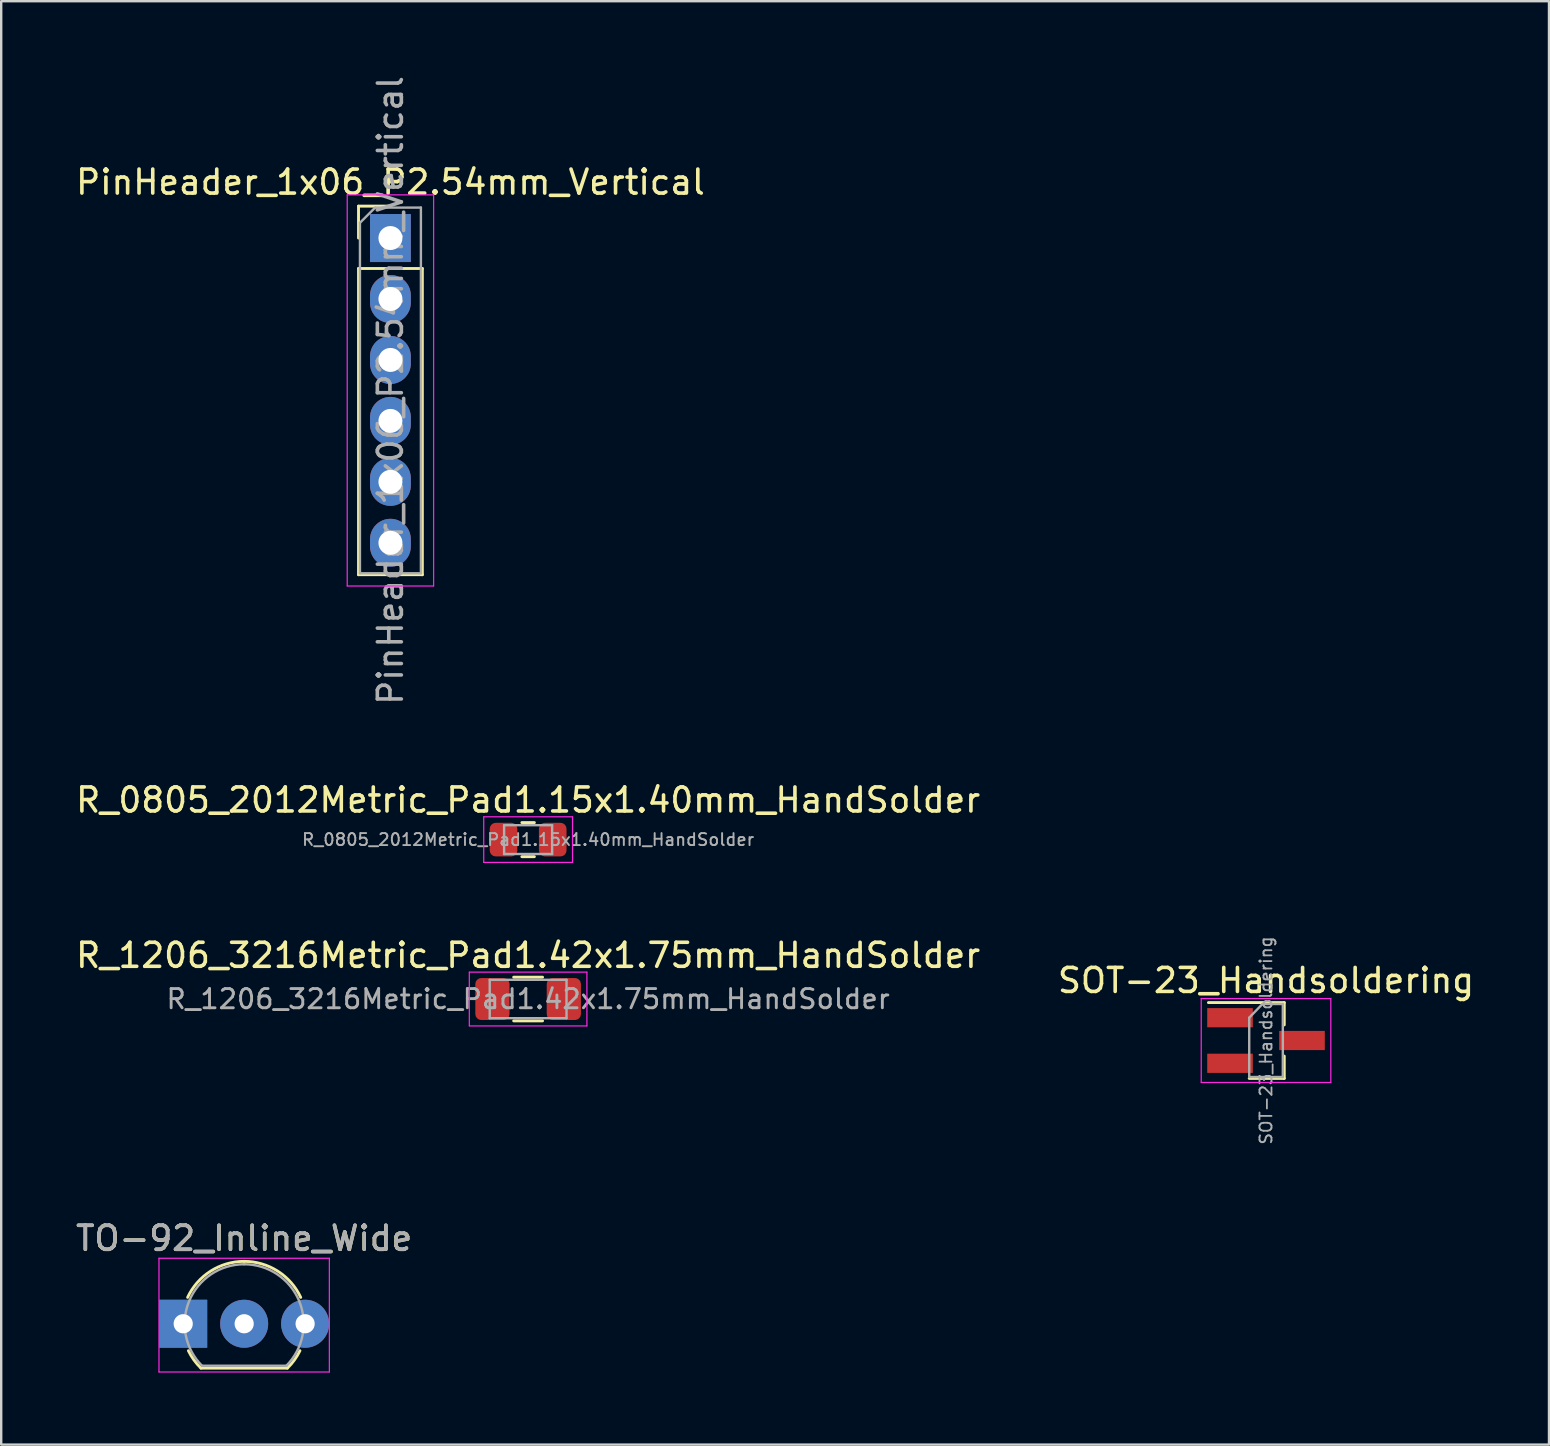
<source format=kicad_pcb>
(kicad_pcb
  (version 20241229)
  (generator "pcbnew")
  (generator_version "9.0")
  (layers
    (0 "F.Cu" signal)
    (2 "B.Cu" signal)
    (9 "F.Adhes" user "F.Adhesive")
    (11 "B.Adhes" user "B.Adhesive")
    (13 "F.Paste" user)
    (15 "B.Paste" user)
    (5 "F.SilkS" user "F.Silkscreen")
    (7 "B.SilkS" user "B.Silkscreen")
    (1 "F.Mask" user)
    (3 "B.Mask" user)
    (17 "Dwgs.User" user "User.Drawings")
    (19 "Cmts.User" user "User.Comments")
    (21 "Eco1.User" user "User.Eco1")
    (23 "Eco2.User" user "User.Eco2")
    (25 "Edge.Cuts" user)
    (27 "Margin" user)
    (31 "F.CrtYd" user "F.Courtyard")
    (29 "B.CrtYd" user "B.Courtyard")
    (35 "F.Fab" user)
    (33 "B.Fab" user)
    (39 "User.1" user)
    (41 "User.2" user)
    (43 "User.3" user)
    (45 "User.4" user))
  (footprint "TO-92_Inline_Wide"
    (layer "F.Cu")
    (at 4.585 52.114)
    (property "Reference" "TO-92_Inline_Wide" (at 2.54 -3.56 0) (layer "F.SilkS") (effects (font (size 1 1) (thickness 0.15))))
    (attr through_hole)
    (fp_line (start 0.74 1.85) (end 4.34 1.85) (stroke (width 0.12) (type solid)) (layer "F.SilkS"))
    (fp_arc (start 0.1836 -1.098807) (mid 1.143021 -2.192817) (end 2.54 -2.6) (stroke (width 0.12) (type solid)) (layer "F.SilkS"))
    (fp_arc (start 0.74 1.85) (mid 0.446097 1.509328) (end 0.215816 1.122795) (stroke (width 0.12) (type solid)) (layer "F.SilkS"))
    (fp_arc (start 2.54 -2.6) (mid 3.936979 -2.192818) (end 4.8964 -1.098807) (stroke (width 0.12) (type solid)) (layer "F.SilkS"))
    (fp_arc (start 4.864184 1.122795) (mid 4.633903 1.509328) (end 4.34 1.85) (stroke (width 0.12) (type solid)) (layer "F.SilkS"))
    (fp_line (start -1.01 -2.73) (end -1.01 2.01) (stroke (width 0.05) (type solid)) (layer "F.CrtYd"))
    (fp_line (start -1.01 -2.73) (end 6.09 -2.73) (stroke (width 0.05) (type solid)) (layer "F.CrtYd"))
    (fp_line (start 6.09 2.01) (end -1.01 2.01) (stroke (width 0.05) (type solid)) (layer "F.CrtYd"))
    (fp_line (start 6.09 2.01) (end 6.09 -2.73) (stroke (width 0.05) (type solid)) (layer "F.CrtYd"))
    (fp_line (start 0.8 1.75) (end 4.3 1.75) (stroke (width 0.1) (type solid)) (layer "F.Fab"))
    (fp_arc (start 0.786375 1.753625) (mid 0.248779 -0.949055) (end 2.54 -2.48) (stroke (width 0.1) (type solid)) (layer "F.Fab"))
    (fp_arc (start 2.54 -2.48) (mid 4.831221 -0.949055) (end 4.293625 1.753625) (stroke (width 0.1) (type solid)) (layer "F.Fab"))
    (fp_text user "${REFERENCE}" (at 2.54 -3.56 0) (layer "F.Fab") (effects (font (size 1 1) (thickness 0.15))))
    (pad "1" thru_hole rect (at 0 0 90) (size 2 2) (drill 0.8) (layers "*.Cu" "*.Mask"))
    (pad "2" thru_hole circle (at 2.54 0 90) (size 2 2) (drill 0.8) (layers "*.Cu" "*.Mask"))
    (pad "3" thru_hole circle (at 5.08 0 90) (size 2 2) (drill 0.8) (layers "*.Cu" "*.Mask")))
  (footprint "R_0805_2012Metric_Pad1.15x1.40mm_HandSolder"
    (layer "F.Cu")
    (at 18.958 31.939)
    (property "Reference" "R_0805_2012Metric_Pad1.15x1.40mm_HandSolder" (at 0 -1.65 0) (layer "F.SilkS") (effects (font (size 1 1) (thickness 0.15))))
    (attr smd)
    (fp_line (start -0.261 -0.71) (end 0.261 -0.71) (stroke (width 0.12) (type solid)) (layer "F.SilkS"))
    (fp_line (start -0.261 0.71) (end 0.261 0.71) (stroke (width 0.12) (type solid)) (layer "F.SilkS"))
    (fp_line (start -1.85 -0.95) (end 1.85 -0.95) (stroke (width 0.05) (type solid)) (layer "F.CrtYd"))
    (fp_line (start -1.85 0.95) (end -1.85 -0.95) (stroke (width 0.05) (type solid)) (layer "F.CrtYd"))
    (fp_line (start 1.85 -0.95) (end 1.85 0.95) (stroke (width 0.05) (type solid)) (layer "F.CrtYd"))
    (fp_line (start 1.85 0.95) (end -1.85 0.95) (stroke (width 0.05) (type solid)) (layer "F.CrtYd"))
    (fp_line (start -1 -0.6) (end 1 -0.6) (stroke (width 0.1) (type solid)) (layer "F.Fab"))
    (fp_line (start -1 0.6) (end -1 -0.6) (stroke (width 0.1) (type solid)) (layer "F.Fab"))
    (fp_line (start 1 -0.6) (end 1 0.6) (stroke (width 0.1) (type solid)) (layer "F.Fab"))
    (fp_line (start 1 0.6) (end -1 0.6) (stroke (width 0.1) (type solid)) (layer "F.Fab"))
    (fp_text user "${REFERENCE}" (at 0 0 0) (layer "F.Fab") (effects (font (size 0.5 0.5) (thickness 0.08))))
    (pad "1" smd roundrect (at -1.025 0) (size 1.15 1.4) (layers "F.Cu" "F.Mask" "F.Paste") (roundrect_rratio 0.217))
    (pad "2" smd roundrect (at 1.025 0) (size 1.15 1.4) (layers "F.Cu" "F.Mask" "F.Paste") (roundrect_rratio 0.217)))
  (footprint "PinHeader_1x06_P2.54mm_Vertical"
    (layer "F.Cu")
    (at 13.22 6.87)
    (property "Reference" "PinHeader_1x06_P2.54mm_Vertical" (at 0 -2.33 180) (layer "F.SilkS") (effects (font (size 1 1) (thickness 0.15))))
    (attr through_hole)
    (fp_line (start -1.33 -1.33) (end 0 -1.33) (stroke (width 0.12) (type solid)) (layer "F.SilkS"))
    (fp_line (start -1.33 0) (end -1.33 -1.33) (stroke (width 0.12) (type solid)) (layer "F.SilkS"))
    (fp_line (start -1.33 1.27) (end -1.33 14.03) (stroke (width 0.12) (type solid)) (layer "F.SilkS"))
    (fp_line (start -1.33 1.27) (end 1.33 1.27) (stroke (width 0.12) (type solid)) (layer "F.SilkS"))
    (fp_line (start -1.33 14.03) (end 1.33 14.03) (stroke (width 0.12) (type solid)) (layer "F.SilkS"))
    (fp_line (start 1.33 1.27) (end 1.33 14.03) (stroke (width 0.12) (type solid)) (layer "F.SilkS"))
    (fp_line (start -1.8 -1.8) (end -1.8 14.5) (stroke (width 0.05) (type solid)) (layer "F.CrtYd"))
    (fp_line (start -1.8 14.5) (end 1.8 14.5) (stroke (width 0.05) (type solid)) (layer "F.CrtYd"))
    (fp_line (start 1.8 -1.8) (end -1.8 -1.8) (stroke (width 0.05) (type solid)) (layer "F.CrtYd"))
    (fp_line (start 1.8 14.5) (end 1.8 -1.8) (stroke (width 0.05) (type solid)) (layer "F.CrtYd"))
    (fp_line (start -1.27 -0.635) (end -0.635 -1.27) (stroke (width 0.1) (type solid)) (layer "F.Fab"))
    (fp_line (start -1.27 13.97) (end -1.27 -0.635) (stroke (width 0.1) (type solid)) (layer "F.Fab"))
    (fp_line (start -0.635 -1.27) (end 1.27 -1.27) (stroke (width 0.1) (type solid)) (layer "F.Fab"))
    (fp_line (start 1.27 -1.27) (end 1.27 13.97) (stroke (width 0.1) (type solid)) (layer "F.Fab"))
    (fp_line (start 1.27 13.97) (end -1.27 13.97) (stroke (width 0.1) (type solid)) (layer "F.Fab"))
    (fp_text user "${REFERENCE}" (at 0 6.35 90) (layer "F.Fab") (effects (font (size 1 1) (thickness 0.15))))
    (pad "1" thru_hole rect (at 0 0) (size 1.7 2) (drill 1) (layers "*.Cu" "*.Mask"))
    (pad "2" thru_hole oval (at 0 2.54) (size 1.7 2) (drill 1) (layers "*.Cu" "*.Mask"))
    (pad "3" thru_hole oval (at 0 5.08) (size 1.7 2) (drill 1) (layers "*.Cu" "*.Mask"))
    (pad "4" thru_hole oval (at 0 7.62) (size 1.7 2) (drill 1) (layers "*.Cu" "*.Mask"))
    (pad "5" thru_hole oval (at 0 10.16) (size 1.7 2) (drill 1) (layers "*.Cu" "*.Mask"))
    (pad "6" thru_hole oval (at 0 12.7) (size 1.7 2) (drill 1) (layers "*.Cu" "*.Mask")))
  (footprint "SOT-23_Handsoldering"
    (layer "F.Cu")
    (at 49.708 40.31)
    (property "Reference" "SOT-23_Handsoldering" (at 0 -2.5 0) (layer "F.SilkS") (effects (font (size 1 1) (thickness 0.15))))
    (attr smd)
    (fp_line (start 0.76 -1.58) (end -2.4 -1.58) (stroke (width 0.12) (type solid)) (layer "F.SilkS"))
    (fp_line (start 0.76 -1.58) (end 0.76 -0.65) (stroke (width 0.12) (type solid)) (layer "F.SilkS"))
    (fp_line (start 0.76 1.58) (end -0.7 1.58) (stroke (width 0.12) (type solid)) (layer "F.SilkS"))
    (fp_line (start 0.76 1.58) (end 0.76 0.65) (stroke (width 0.12) (type solid)) (layer "F.SilkS"))
    (fp_line (start -2.7 -1.75) (end 2.7 -1.75) (stroke (width 0.05) (type solid)) (layer "F.CrtYd"))
    (fp_line (start -2.7 1.75) (end -2.7 -1.75) (stroke (width 0.05) (type solid)) (layer "F.CrtYd"))
    (fp_line (start 2.7 -1.75) (end 2.7 1.75) (stroke (width 0.05) (type solid)) (layer "F.CrtYd"))
    (fp_line (start 2.7 1.75) (end -2.7 1.75) (stroke (width 0.05) (type solid)) (layer "F.CrtYd"))
    (fp_line (start -0.7 -0.95) (end -0.7 1.5) (stroke (width 0.1) (type solid)) (layer "F.Fab"))
    (fp_line (start -0.7 -0.95) (end -0.15 -1.52) (stroke (width 0.1) (type solid)) (layer "F.Fab"))
    (fp_line (start -0.7 1.52) (end 0.7 1.52) (stroke (width 0.1) (type solid)) (layer "F.Fab"))
    (fp_line (start -0.15 -1.52) (end 0.7 -1.52) (stroke (width 0.1) (type solid)) (layer "F.Fab"))
    (fp_line (start 0.7 -1.52) (end 0.7 1.52) (stroke (width 0.1) (type solid)) (layer "F.Fab"))
    (fp_text user "${REFERENCE}" (at 0 0 90) (layer "F.Fab") (effects (font (size 0.5 0.5) (thickness 0.075))))
    (pad "1" smd rect (at -1.5 -0.95) (size 1.9 0.8) (layers "F.Cu" "F.Mask" "F.Paste"))
    (pad "2" smd rect (at -1.5 0.95) (size 1.9 0.8) (layers "F.Cu" "F.Mask" "F.Paste"))
    (pad "3" smd rect (at 1.5 0) (size 1.9 0.8) (layers "F.Cu" "F.Mask" "F.Paste")))
  (footprint "R_1206_3216Metric_Pad1.42x1.75mm_HandSolder"
    (layer "F.Cu")
    (at 18.958 38.582)
    (property "Reference" "R_1206_3216Metric_Pad1.42x1.75mm_HandSolder" (at 0 -1.82 180) (layer "F.SilkS") (effects (font (size 1 1) (thickness 0.15))))
    (attr smd)
    (fp_line (start -0.602 -0.91) (end 0.602 -0.91) (stroke (width 0.12) (type solid)) (layer "F.SilkS"))
    (fp_line (start -0.602 0.91) (end 0.602 0.91) (stroke (width 0.12) (type solid)) (layer "F.SilkS"))
    (fp_line (start -2.45 -1.12) (end 2.45 -1.12) (stroke (width 0.05) (type solid)) (layer "F.CrtYd"))
    (fp_line (start -2.45 1.12) (end -2.45 -1.12) (stroke (width 0.05) (type solid)) (layer "F.CrtYd"))
    (fp_line (start 2.45 -1.12) (end 2.45 1.12) (stroke (width 0.05) (type solid)) (layer "F.CrtYd"))
    (fp_line (start 2.45 1.12) (end -2.45 1.12) (stroke (width 0.05) (type solid)) (layer "F.CrtYd"))
    (fp_line (start -1.6 -0.8) (end 1.6 -0.8) (stroke (width 0.1) (type solid)) (layer "F.Fab"))
    (fp_line (start -1.6 0.8) (end -1.6 -0.8) (stroke (width 0.1) (type solid)) (layer "F.Fab"))
    (fp_line (start 1.6 -0.8) (end 1.6 0.8) (stroke (width 0.1) (type solid)) (layer "F.Fab"))
    (fp_line (start 1.6 0.8) (end -1.6 0.8) (stroke (width 0.1) (type solid)) (layer "F.Fab"))
    (fp_text user "${REFERENCE}" (at 0 0 180) (layer "F.Fab") (effects (font (size 0.8 0.8) (thickness 0.12))))
    (pad "1" smd roundrect (at -1.488 0) (size 1.425 1.75) (layers "F.Cu" "F.Mask" "F.Paste") (roundrect_rratio 0.175))
    (pad "2" smd roundrect (at 1.488 0) (size 1.425 1.75) (layers "F.Cu" "F.Mask" "F.Paste") (roundrect_rratio 0.175)))
  (gr_rect
    (start -3 -3)
    (end 61.5 57.149)
    (stroke (width 0.1) (type default))
    (fill no)
    (layer "Edge.Cuts")))
</source>
